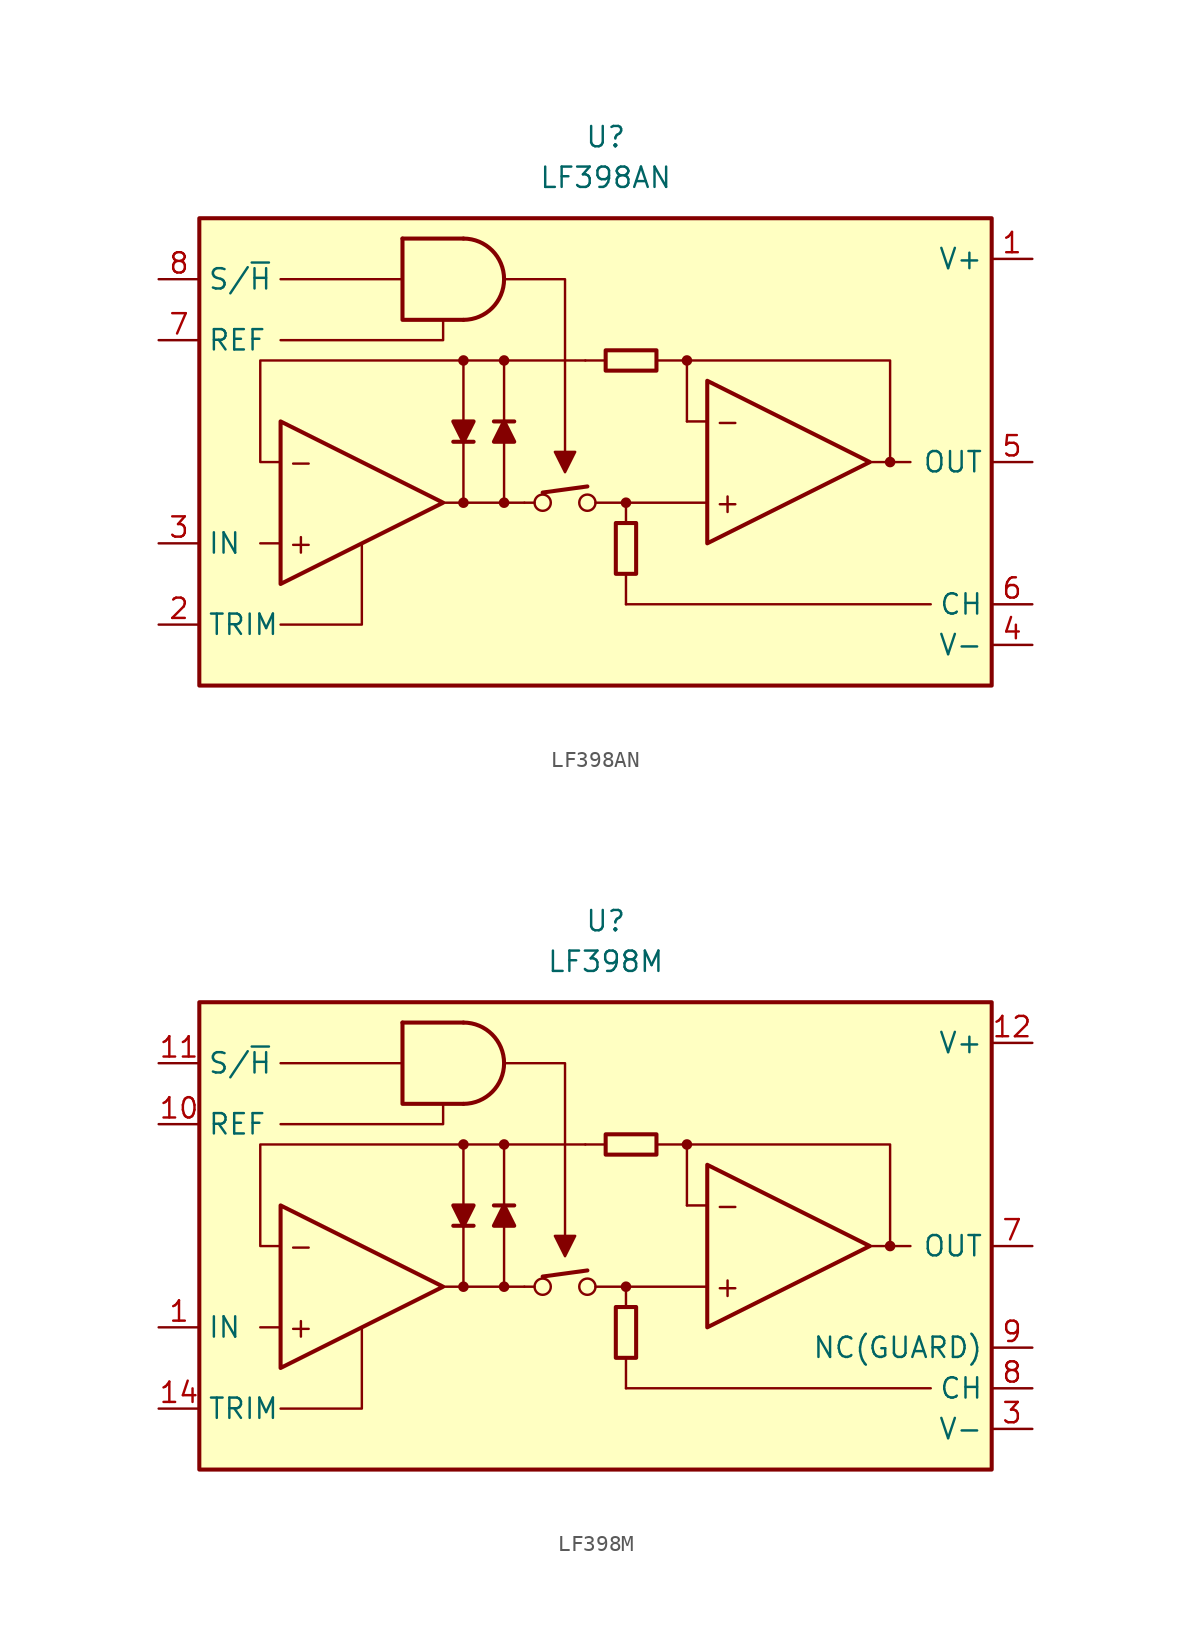
<source format=kicad_sym>
(kicad_symbol_lib
  (version 20211014)
  (generator kicad_symbol_editor)
  (symbol "LF398AN"
    (property "Reference" "U"
      (at 0 20.32 0)
      (effects (font (size 1.27 1.27))))
    (property "Value" "LF398AN"
      (at 0 17.78 0)
      (effects (font (size 1.27 1.27))))
    (symbol "LF398AN_0_0"
      (circle (center -8.89 -2.54) (radius 0.254) (stroke (width 0.152) (type default) (color 0 0 0 0)) (fill (type outline)))
      (circle (center -8.89 6.35) (radius 0.254) (stroke (width 0.152) (type default) (color 0 0 0 0)) (fill (type outline)))
      (circle (center -6.35 -2.54) (radius 0.254) (stroke (width 0.152) (type default) (color 0 0 0 0)) (fill (type outline)))
      (circle (center -6.35 6.35) (radius 0.254) (stroke (width 0.152) (type default) (color 0 0 0 0)) (fill (type outline)))
      (circle (center -3.937 -2.54) (radius 0.508) (stroke (width 0) (type default) (color 0 0 0 0)) (fill (type none)))
      (circle (center -1.143 -2.54) (radius 0.508) (stroke (width 0) (type default) (color 0 0 0 0)) (fill (type none)))
      (polyline (pts (xy -20.32 -5.08) (xy -21.59 -5.08)) (stroke (width 0.152) (type default) (color 0 0 0 0)) (fill (type none)))
      (polyline (pts (xy -12.7 11.43) (xy -20.32 11.43)) (stroke (width 0.152) (type default) (color 0 0 0 0)) (fill (type none)))
      (polyline (pts (xy -5.08 -2.54) (xy -4.445 -2.54)) (stroke (width 0.152) (type default) (color 0 0 0 0)) (fill (type none)))
      (polyline (pts (xy -3.937 -1.905) (xy -1.143 -1.524)) (stroke (width 0.254) (type default) (color 0 0 0 0)) (fill (type none)))
      (polyline (pts (xy 0 6.35) (xy -1.27 6.35)) (stroke (width 0.152) (type default) (color 0 0 0 0)) (fill (type none)))
      (polyline (pts (xy 1.27 -6.985) (xy 1.27 -8.89)) (stroke (width 0.152) (type default) (color 0 0 0 0)) (fill (type none)))
      (polyline (pts (xy 16.51 0) (xy 17.78 0)) (stroke (width 0.152) (type default) (color 0 0 0 0)) (fill (type none)))
      (polyline (pts (xy 17.78 0) (xy 19.05 0)) (stroke (width 0.152) (type default) (color 0 0 0 0)) (fill (type none)))
      (polyline (pts (xy -20.32 -10.16) (xy -15.24 -10.16) (xy -15.24 -5.08)) (stroke (width 0.152) (type default) (color 0 0 0 0)) (fill (type none)))
      (polyline (pts (xy -10.16 8.89) (xy -10.16 7.62) (xy -20.32 7.62)) (stroke (width 0.152) (type default) (color 0 0 0 0)) (fill (type none)))
      (polyline (pts (xy -6.35 11.43) (xy -2.54 11.43) (xy -2.54 0)) (stroke (width 0.152) (type default) (color 0 0 0 0)) (fill (type none)))
      (polyline (pts (xy -2.54 -0.635) (xy -3.175 0.635) (xy -1.905 0.635) (xy -2.54 -0.635)) (stroke (width 0.152) (type default) (color 0 0 0 0)) (fill (type outline)))
      (circle (center 1.27 -2.54) (radius 0.254) (stroke (width 0.152) (type default) (color 0 0 0 0)) (fill (type outline)))
      (circle (center 5.08 6.35) (radius 0.254) (stroke (width 0.152) (type default) (color 0 0 0 0)) (fill (type outline)))
      (circle (center 17.78 0) (radius 0.254) (stroke (width 0.152) (type default) (color 0 0 0 0)) (fill (type outline)))
      (text "+" (at -19.05 -5.08 0) (effects (font (size 1.27 1.27))))
      (text "+" (at 7.62 -2.54 0) (effects (font (size 1.27 1.27))))
      (text "-" (at -19.05 0 0) (effects (font (size 1.27 1.27))))
      (text "-" (at 7.62 2.54 0) (effects (font (size 1.27 1.27)))))
    (symbol "LF398AN_0_1"
      (rectangle (start -25.4 15.24) (end 24.13 -13.97) (stroke (width 0.254) (type default) (color 0 0 0 0)) (fill (type background)))
      (arc (start -8.89 8.89) (mid -6.35 11.43) (end -8.89 13.97) (stroke (width 0.254) (type default) (color 0 0 0 0)) (fill (type none)))
      (polyline (pts (xy -12.7 13.97) (xy -8.89 13.97)) (stroke (width 0.254) (type default) (color 0 0 0 0)) (fill (type none)))
      (polyline (pts (xy -9.525 1.27) (xy -8.255 1.27)) (stroke (width 0.254) (type default) (color 0 0 0 0)) (fill (type none)))
      (polyline (pts (xy -8.89 1.27) (xy -8.89 -2.54)) (stroke (width 0.152) (type default) (color 0 0 0 0)) (fill (type none)))
      (polyline (pts (xy -8.89 2.54) (xy -8.89 6.35)) (stroke (width 0.152) (type default) (color 0 0 0 0)) (fill (type none)))
      (polyline (pts (xy -6.35 1.27) (xy -6.35 -2.54)) (stroke (width 0.152) (type default) (color 0 0 0 0)) (fill (type none)))
      (polyline (pts (xy -6.35 2.54) (xy -6.35 6.35)) (stroke (width 0.152) (type default) (color 0 0 0 0)) (fill (type none)))
      (polyline (pts (xy -5.715 2.54) (xy -6.985 2.54)) (stroke (width 0.254) (type default) (color 0 0 0 0)) (fill (type none)))
      (polyline (pts (xy -5.08 -2.54) (xy -10.16 -2.54)) (stroke (width 0.152) (type default) (color 0 0 0 0)) (fill (type none)))
      (polyline (pts (xy 1.27 -8.89) (xy 20.32 -8.89)) (stroke (width 0.152) (type default) (color 0 0 0 0)) (fill (type none)))
      (polyline (pts (xy 1.27 -3.81) (xy 1.27 -2.54)) (stroke (width 0.152) (type default) (color 0 0 0 0)) (fill (type none)))
      (polyline (pts (xy 5.08 2.54) (xy 5.08 6.35)) (stroke (width 0.152) (type default) (color 0 0 0 0)) (fill (type none)))
      (polyline (pts (xy 6.35 -2.54) (xy -0.635 -2.54)) (stroke (width 0.152) (type default) (color 0 0 0 0)) (fill (type none)))
      (polyline (pts (xy 6.35 2.54) (xy 5.08 2.54)) (stroke (width 0.152) (type default) (color 0 0 0 0)) (fill (type none)))
      (polyline (pts (xy -12.7 13.97) (xy -12.7 8.89) (xy -8.89 8.89)) (stroke (width 0.254) (type default) (color 0 0 0 0)) (fill (type none)))
      (polyline (pts (xy 3.175 6.35) (xy 17.78 6.35) (xy 17.78 0)) (stroke (width 0.152) (type default) (color 0 0 0 0)) (fill (type none)))
      (polyline (pts (xy -20.32 2.54) (xy -20.32 -7.62) (xy -10.16 -2.54) (xy -20.32 2.54)) (stroke (width 0.254) (type default) (color 0 0 0 0)) (fill (type none)))
      (polyline (pts (xy -8.89 1.27) (xy -9.525 2.54) (xy -8.255 2.54) (xy -8.89 1.27)) (stroke (width 0.254) (type default) (color 0 0 0 0)) (fill (type outline)))
      (polyline (pts (xy -6.35 2.54) (xy -5.715 1.27) (xy -6.985 1.27) (xy -6.35 2.54)) (stroke (width 0.254) (type default) (color 0 0 0 0)) (fill (type outline)))
      (polyline (pts (xy -1.27 6.35) (xy -21.59 6.35) (xy -21.59 0) (xy -20.32 0)) (stroke (width 0.152) (type default) (color 0 0 0 0)) (fill (type none)))
      (polyline (pts (xy 6.35 5.08) (xy 6.35 -5.08) (xy 16.51 0) (xy 6.35 5.08)) (stroke (width 0.254) (type default) (color 0 0 0 0)) (fill (type none)))
      (rectangle (start 0 5.715) (end 3.175 6.985) (stroke (width 0.254) (type default) (color 0 0 0 0)) (fill (type none)))
      (rectangle (start 0.635 -3.81) (end 1.905 -6.985) (stroke (width 0.254) (type default) (color 0 0 0 0)) (fill (type none))))
    (symbol "LF398AN_1_1"
      (pin power_in line (at 26.67 12.7 180) (length 2.54) (name "V+" (effects (font (size 1.27 1.27)))) (number "1" (effects (font (size 1.27 1.27)))))
      (pin passive line (at -27.94 -10.16 0) (length 2.54) (name "TRIM" (effects (font (size 1.27 1.27)))) (number "2" (effects (font (size 1.27 1.27)))))
      (pin input line (at -27.94 -5.08 0) (length 2.54) (name "IN" (effects (font (size 1.27 1.27)))) (number "3" (effects (font (size 1.27 1.27)))))
      (pin power_in line (at 26.67 -11.43 180) (length 2.54) (name "V-" (effects (font (size 1.27 1.27)))) (number "4" (effects (font (size 1.27 1.27)))))
      (pin output line (at 26.67 0 180) (length 2.54) (name "OUT" (effects (font (size 1.27 1.27)))) (number "5" (effects (font (size 1.27 1.27)))))
      (pin passive line (at 26.67 -8.89 180) (length 2.54) (name "CH" (effects (font (size 1.27 1.27)))) (number "6" (effects (font (size 1.27 1.27)))))
      (pin input line (at -27.94 7.62 0) (length 2.54) (name "REF" (effects (font (size 1.27 1.27)))) (number "7" (effects (font (size 1.27 1.27)))))
      (pin input line (at -27.94 11.43 0) (length 2.54) (name "S/~{H}" (effects (font (size 1.27 1.27)))) (number "8" (effects (font (size 1.27 1.27)))))))
  (symbol "LF398M"
    (property "Reference" "U"
      (at 0 20.32 0)
      (effects (font (size 1.27 1.27))))
    (property "Value" "LF398M"
      (at 0 17.78 0)
      (effects (font (size 1.27 1.27))))
    (symbol "LF398M_0_0"
      (circle (center -8.89 -2.54) (radius 0.254) (stroke (width 0.152) (type default) (color 0 0 0 0)) (fill (type outline)))
      (circle (center -8.89 6.35) (radius 0.254) (stroke (width 0.152) (type default) (color 0 0 0 0)) (fill (type outline)))
      (circle (center -6.35 -2.54) (radius 0.254) (stroke (width 0.152) (type default) (color 0 0 0 0)) (fill (type outline)))
      (circle (center -6.35 6.35) (radius 0.254) (stroke (width 0.152) (type default) (color 0 0 0 0)) (fill (type outline)))
      (circle (center -3.937 -2.54) (radius 0.508) (stroke (width 0) (type default) (color 0 0 0 0)) (fill (type none)))
      (circle (center -1.143 -2.54) (radius 0.508) (stroke (width 0) (type default) (color 0 0 0 0)) (fill (type none)))
      (polyline (pts (xy -20.32 -5.08) (xy -21.59 -5.08)) (stroke (width 0.152) (type default) (color 0 0 0 0)) (fill (type none)))
      (polyline (pts (xy -12.7 11.43) (xy -20.32 11.43)) (stroke (width 0.152) (type default) (color 0 0 0 0)) (fill (type none)))
      (polyline (pts (xy -5.08 -2.54) (xy -4.445 -2.54)) (stroke (width 0.152) (type default) (color 0 0 0 0)) (fill (type none)))
      (polyline (pts (xy -3.937 -1.905) (xy -1.143 -1.524)) (stroke (width 0.254) (type default) (color 0 0 0 0)) (fill (type none)))
      (polyline (pts (xy 0 6.35) (xy -1.27 6.35)) (stroke (width 0.152) (type default) (color 0 0 0 0)) (fill (type none)))
      (polyline (pts (xy 1.27 -6.985) (xy 1.27 -8.89)) (stroke (width 0.152) (type default) (color 0 0 0 0)) (fill (type none)))
      (polyline (pts (xy 16.51 0) (xy 17.78 0)) (stroke (width 0.152) (type default) (color 0 0 0 0)) (fill (type none)))
      (polyline (pts (xy 17.78 0) (xy 19.05 0)) (stroke (width 0.152) (type default) (color 0 0 0 0)) (fill (type none)))
      (polyline (pts (xy -20.32 -10.16) (xy -15.24 -10.16) (xy -15.24 -5.08)) (stroke (width 0.152) (type default) (color 0 0 0 0)) (fill (type none)))
      (polyline (pts (xy -10.16 8.89) (xy -10.16 7.62) (xy -20.32 7.62)) (stroke (width 0.152) (type default) (color 0 0 0 0)) (fill (type none)))
      (polyline (pts (xy -6.35 11.43) (xy -2.54 11.43) (xy -2.54 0)) (stroke (width 0.152) (type default) (color 0 0 0 0)) (fill (type none)))
      (polyline (pts (xy -2.54 -0.635) (xy -3.175 0.635) (xy -1.905 0.635) (xy -2.54 -0.635)) (stroke (width 0.152) (type default) (color 0 0 0 0)) (fill (type outline)))
      (circle (center 1.27 -2.54) (radius 0.254) (stroke (width 0.152) (type default) (color 0 0 0 0)) (fill (type outline)))
      (circle (center 5.08 6.35) (radius 0.254) (stroke (width 0.152) (type default) (color 0 0 0 0)) (fill (type outline)))
      (circle (center 17.78 0) (radius 0.254) (stroke (width 0.152) (type default) (color 0 0 0 0)) (fill (type outline)))
      (text "+" (at -19.05 -5.08 0) (effects (font (size 1.27 1.27))))
      (text "+" (at 7.62 -2.54 0) (effects (font (size 1.27 1.27))))
      (text "-" (at -19.05 0 0) (effects (font (size 1.27 1.27))))
      (text "-" (at 7.62 2.54 0) (effects (font (size 1.27 1.27)))))
    (symbol "LF398M_0_1"
      (rectangle (start -25.4 15.24) (end 24.13 -13.97) (stroke (width 0.254) (type default) (color 0 0 0 0)) (fill (type background)))
      (arc (start -8.89 8.89) (mid -6.35 11.43) (end -8.89 13.97) (stroke (width 0.254) (type default) (color 0 0 0 0)) (fill (type none)))
      (polyline (pts (xy -12.7 13.97) (xy -8.89 13.97)) (stroke (width 0.254) (type default) (color 0 0 0 0)) (fill (type none)))
      (polyline (pts (xy -9.525 1.27) (xy -8.255 1.27)) (stroke (width 0.254) (type default) (color 0 0 0 0)) (fill (type none)))
      (polyline (pts (xy -8.89 1.27) (xy -8.89 -2.54)) (stroke (width 0.152) (type default) (color 0 0 0 0)) (fill (type none)))
      (polyline (pts (xy -8.89 2.54) (xy -8.89 6.35)) (stroke (width 0.152) (type default) (color 0 0 0 0)) (fill (type none)))
      (polyline (pts (xy -6.35 1.27) (xy -6.35 -2.54)) (stroke (width 0.152) (type default) (color 0 0 0 0)) (fill (type none)))
      (polyline (pts (xy -6.35 2.54) (xy -6.35 6.35)) (stroke (width 0.152) (type default) (color 0 0 0 0)) (fill (type none)))
      (polyline (pts (xy -5.715 2.54) (xy -6.985 2.54)) (stroke (width 0.254) (type default) (color 0 0 0 0)) (fill (type none)))
      (polyline (pts (xy -5.08 -2.54) (xy -10.16 -2.54)) (stroke (width 0.152) (type default) (color 0 0 0 0)) (fill (type none)))
      (polyline (pts (xy 1.27 -8.89) (xy 20.32 -8.89)) (stroke (width 0.152) (type default) (color 0 0 0 0)) (fill (type none)))
      (polyline (pts (xy 1.27 -3.81) (xy 1.27 -2.54)) (stroke (width 0.152) (type default) (color 0 0 0 0)) (fill (type none)))
      (polyline (pts (xy 5.08 2.54) (xy 5.08 6.35)) (stroke (width 0.152) (type default) (color 0 0 0 0)) (fill (type none)))
      (polyline (pts (xy 6.35 -2.54) (xy -0.635 -2.54)) (stroke (width 0.152) (type default) (color 0 0 0 0)) (fill (type none)))
      (polyline (pts (xy 6.35 2.54) (xy 5.08 2.54)) (stroke (width 0.152) (type default) (color 0 0 0 0)) (fill (type none)))
      (polyline (pts (xy -12.7 13.97) (xy -12.7 8.89) (xy -8.89 8.89)) (stroke (width 0.254) (type default) (color 0 0 0 0)) (fill (type none)))
      (polyline (pts (xy 3.175 6.35) (xy 17.78 6.35) (xy 17.78 0)) (stroke (width 0.152) (type default) (color 0 0 0 0)) (fill (type none)))
      (polyline (pts (xy -20.32 2.54) (xy -20.32 -7.62) (xy -10.16 -2.54) (xy -20.32 2.54)) (stroke (width 0.254) (type default) (color 0 0 0 0)) (fill (type none)))
      (polyline (pts (xy -8.89 1.27) (xy -9.525 2.54) (xy -8.255 2.54) (xy -8.89 1.27)) (stroke (width 0.254) (type default) (color 0 0 0 0)) (fill (type outline)))
      (polyline (pts (xy -6.35 2.54) (xy -5.715 1.27) (xy -6.985 1.27) (xy -6.35 2.54)) (stroke (width 0.254) (type default) (color 0 0 0 0)) (fill (type outline)))
      (polyline (pts (xy -1.27 6.35) (xy -21.59 6.35) (xy -21.59 0) (xy -20.32 0)) (stroke (width 0.152) (type default) (color 0 0 0 0)) (fill (type none)))
      (polyline (pts (xy 6.35 5.08) (xy 6.35 -5.08) (xy 16.51 0) (xy 6.35 5.08)) (stroke (width 0.254) (type default) (color 0 0 0 0)) (fill (type none)))
      (rectangle (start 0 5.715) (end 3.175 6.985) (stroke (width 0.254) (type default) (color 0 0 0 0)) (fill (type none)))
      (rectangle (start 0.635 -3.81) (end 1.905 -6.985) (stroke (width 0.254) (type default) (color 0 0 0 0)) (fill (type none))))
    (symbol "LF398M_1_1"
      (pin input line (at -27.94 -5.08 0) (length 2.54) (name "IN" (effects (font (size 1.27 1.27)))) (number "1" (effects (font (size 1.27 1.27)))))
      (pin input line (at -27.94 7.62 0) (length 2.54) (name "REF" (effects (font (size 1.27 1.27)))) (number "10" (effects (font (size 1.27 1.27)))))
      (pin input line (at -27.94 11.43 0) (length 2.54) (name "S/~{H}" (effects (font (size 1.27 1.27)))) (number "11" (effects (font (size 1.27 1.27)))))
      (pin power_in line (at 26.67 12.7 180) (length 2.54) (name "V+" (effects (font (size 1.27 1.27)))) (number "12" (effects (font (size 1.27 1.27)))))
      (pin passive line (at -27.94 -10.16 0) (length 2.54) (name "TRIM" (effects (font (size 1.27 1.27)))) (number "14" (effects (font (size 1.27 1.27)))))
      (pin power_in line (at 26.67 -11.43 180) (length 2.54) (name "V-" (effects (font (size 1.27 1.27)))) (number "3" (effects (font (size 1.27 1.27)))))
      (pin output line (at 26.67 0 180) (length 2.54) (name "OUT" (effects (font (size 1.27 1.27)))) (number "7" (effects (font (size 1.27 1.27)))))
      (pin passive line (at 26.67 -8.89 180) (length 2.54) (name "CH" (effects (font (size 1.27 1.27)))) (number "8" (effects (font (size 1.27 1.27)))))
      (pin passive line (at 26.67 -6.35 180) (length 2.54) (name "NC(GUARD)" (effects (font (size 1.27 1.27)))) (number "9" (effects (font (size 1.27 1.27))))))))
</source>
